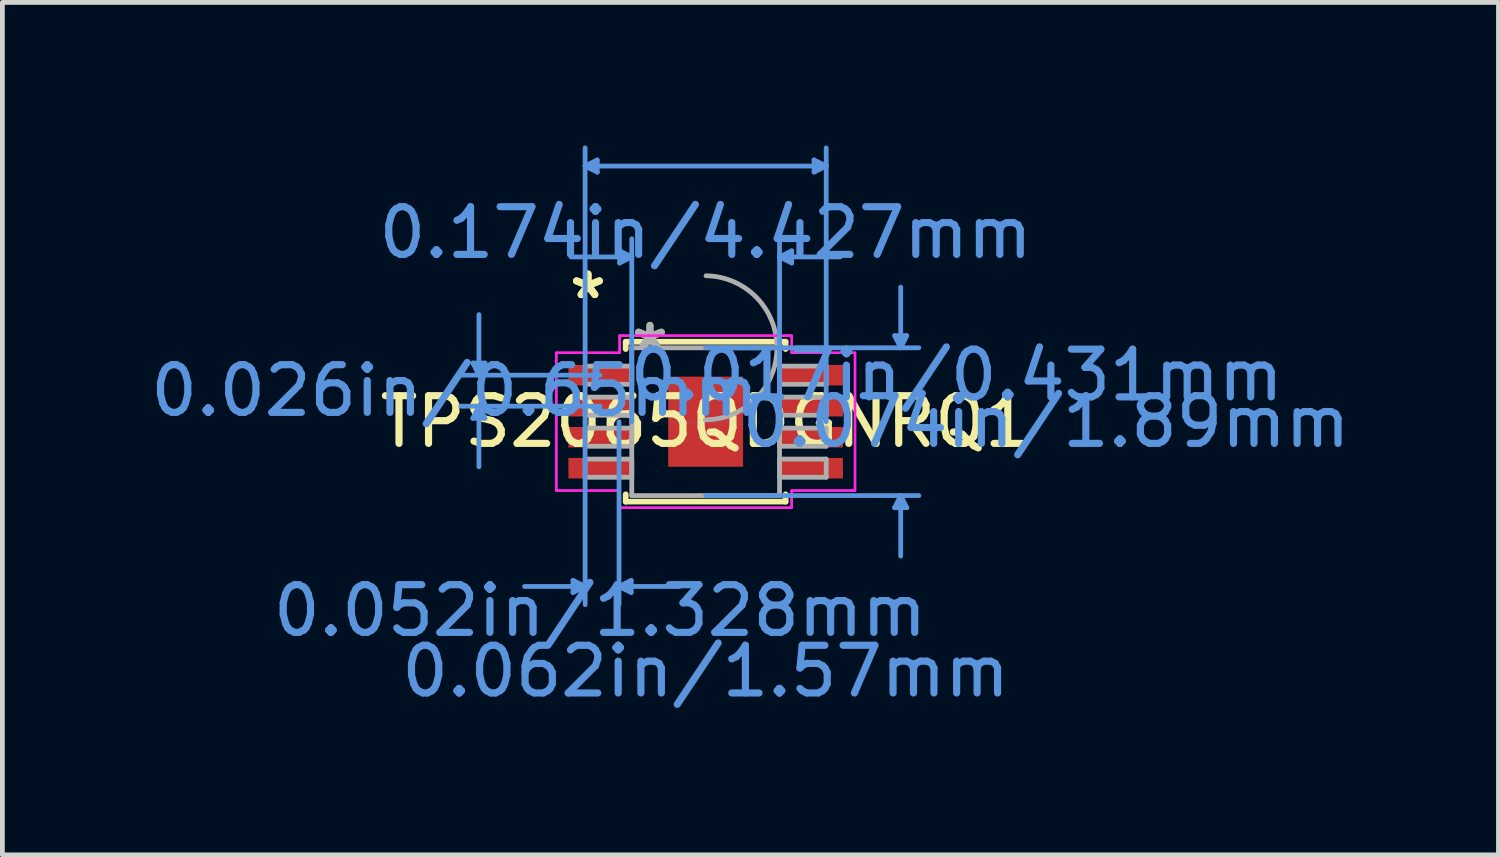
<source format=kicad_pcb>
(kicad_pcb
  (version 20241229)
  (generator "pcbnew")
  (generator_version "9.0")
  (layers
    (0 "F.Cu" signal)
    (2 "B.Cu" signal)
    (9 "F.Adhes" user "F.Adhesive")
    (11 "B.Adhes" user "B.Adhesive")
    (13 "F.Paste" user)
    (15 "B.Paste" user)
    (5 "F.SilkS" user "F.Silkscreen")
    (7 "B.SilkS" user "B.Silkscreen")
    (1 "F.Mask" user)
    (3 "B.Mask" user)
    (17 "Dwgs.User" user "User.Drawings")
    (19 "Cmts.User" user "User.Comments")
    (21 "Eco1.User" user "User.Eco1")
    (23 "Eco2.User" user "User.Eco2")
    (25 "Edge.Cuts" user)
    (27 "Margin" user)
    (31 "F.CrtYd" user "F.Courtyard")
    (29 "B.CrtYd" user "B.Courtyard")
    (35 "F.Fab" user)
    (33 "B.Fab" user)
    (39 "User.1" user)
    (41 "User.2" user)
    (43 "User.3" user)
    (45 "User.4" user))
  (footprint "TPS2065QDGNRQ1"
    (layer "F.Cu")
    (at 11.743 5.79)
    (property "Reference" "TPS2065QDGNRQ1" (at 0 0 0) (layer "F.SilkS") (effects (font (size 1 1) (thickness 0.15))))
    (attr through_hole)
    (fp_line (start -1.676 -1.676) (end -1.676 -1.523) (stroke (width 0.12) (type solid)) (layer "F.SilkS"))
    (fp_line (start -1.676 1.523) (end -1.676 1.676) (stroke (width 0.12) (type solid)) (layer "F.SilkS"))
    (fp_line (start -1.676 1.676) (end 1.676 1.676) (stroke (width 0.12) (type solid)) (layer "F.SilkS"))
    (fp_line (start 1.676 -1.676) (end -1.676 -1.676) (stroke (width 0.12) (type solid)) (layer "F.SilkS"))
    (fp_line (start 1.676 -1.523) (end 1.676 -1.676) (stroke (width 0.12) (type solid)) (layer "F.SilkS"))
    (fp_line (start 1.676 1.676) (end 1.676 1.523) (stroke (width 0.12) (type solid)) (layer "F.SilkS"))
    (fp_line (start -4.88 -1.229) (end -4.626 -1.229) (stroke (width 0.1) (type solid)) (layer "Cmts.User"))
    (fp_line (start -4.88 -0.071) (end -4.626 -0.071) (stroke (width 0.1) (type solid)) (layer "Cmts.User"))
    (fp_line (start -4.753 -0.975) (end -4.88 -1.229) (stroke (width 0.1) (type solid)) (layer "Cmts.User"))
    (fp_line (start -4.753 -0.975) (end -4.753 -2.245) (stroke (width 0.1) (type solid)) (layer "Cmts.User"))
    (fp_line (start -4.753 -0.975) (end -4.626 -1.229) (stroke (width 0.1) (type solid)) (layer "Cmts.User"))
    (fp_line (start -4.753 -0.325) (end -4.88 -0.071) (stroke (width 0.1) (type solid)) (layer "Cmts.User"))
    (fp_line (start -4.753 -0.325) (end -4.753 0.945) (stroke (width 0.1) (type solid)) (layer "Cmts.User"))
    (fp_line (start -4.753 -0.325) (end -4.626 -0.071) (stroke (width 0.1) (type solid)) (layer "Cmts.User"))
    (fp_line (start -2.781 3.327) (end -2.781 3.581) (stroke (width 0.1) (type solid)) (layer "Cmts.User"))
    (fp_line (start -2.527 -5.359) (end -2.273 -5.486) (stroke (width 0.1) (type solid)) (layer "Cmts.User"))
    (fp_line (start -2.527 -5.359) (end -2.273 -5.232) (stroke (width 0.1) (type solid)) (layer "Cmts.User"))
    (fp_line (start -2.527 -5.359) (end 2.527 -5.359) (stroke (width 0.1) (type solid)) (layer "Cmts.User"))
    (fp_line (start -2.527 0) (end -2.527 -5.74) (stroke (width 0.1) (type solid)) (layer "Cmts.User"))
    (fp_line (start -2.527 0) (end -2.527 3.835) (stroke (width 0.1) (type solid)) (layer "Cmts.User"))
    (fp_line (start -2.527 3.454) (end -3.797 3.454) (stroke (width 0.1) (type solid)) (layer "Cmts.User"))
    (fp_line (start -2.527 3.454) (end -2.781 3.327) (stroke (width 0.1) (type solid)) (layer "Cmts.User"))
    (fp_line (start -2.527 3.454) (end -2.781 3.581) (stroke (width 0.1) (type solid)) (layer "Cmts.User"))
    (fp_line (start -2.273 -5.486) (end -2.273 -5.232) (stroke (width 0.1) (type solid)) (layer "Cmts.User"))
    (fp_line (start -2.213 -0.975) (end -5.134 -0.975) (stroke (width 0.1) (type solid)) (layer "Cmts.User"))
    (fp_line (start -2.213 -0.325) (end -5.134 -0.325) (stroke (width 0.1) (type solid)) (layer "Cmts.User"))
    (fp_line (start -1.816 0) (end -1.816 3.835) (stroke (width 0.1) (type solid)) (layer "Cmts.User"))
    (fp_line (start -1.816 3.454) (end -1.562 3.327) (stroke (width 0.1) (type solid)) (layer "Cmts.User"))
    (fp_line (start -1.816 3.454) (end -1.562 3.581) (stroke (width 0.1) (type solid)) (layer "Cmts.User"))
    (fp_line (start -1.816 3.454) (end -0.546 3.454) (stroke (width 0.1) (type solid)) (layer "Cmts.User"))
    (fp_line (start -1.803 -3.581) (end -1.803 -3.327) (stroke (width 0.1) (type solid)) (layer "Cmts.User"))
    (fp_line (start -1.562 3.327) (end -1.562 3.581) (stroke (width 0.1) (type solid)) (layer "Cmts.User"))
    (fp_line (start -1.549 -3.454) (end -2.819 -3.454) (stroke (width 0.1) (type solid)) (layer "Cmts.User"))
    (fp_line (start -1.549 -3.454) (end -1.803 -3.581) (stroke (width 0.1) (type solid)) (layer "Cmts.User"))
    (fp_line (start -1.549 -3.454) (end -1.803 -3.327) (stroke (width 0.1) (type solid)) (layer "Cmts.User"))
    (fp_line (start -1.549 0) (end -1.549 -3.835) (stroke (width 0.1) (type solid)) (layer "Cmts.User"))
    (fp_line (start 0 -1.549) (end 4.47 -1.549) (stroke (width 0.1) (type solid)) (layer "Cmts.User"))
    (fp_line (start 0 1.549) (end 4.47 1.549) (stroke (width 0.1) (type solid)) (layer "Cmts.User"))
    (fp_line (start 1.549 -3.454) (end 1.803 -3.581) (stroke (width 0.1) (type solid)) (layer "Cmts.User"))
    (fp_line (start 1.549 -3.454) (end 1.803 -3.327) (stroke (width 0.1) (type solid)) (layer "Cmts.User"))
    (fp_line (start 1.549 -3.454) (end 2.819 -3.454) (stroke (width 0.1) (type solid)) (layer "Cmts.User"))
    (fp_line (start 1.549 0) (end 1.549 -3.835) (stroke (width 0.1) (type solid)) (layer "Cmts.User"))
    (fp_line (start 1.803 -3.581) (end 1.803 -3.327) (stroke (width 0.1) (type solid)) (layer "Cmts.User"))
    (fp_line (start 2.273 -5.486) (end 2.273 -5.232) (stroke (width 0.1) (type solid)) (layer "Cmts.User"))
    (fp_line (start 2.527 -5.359) (end 2.273 -5.486) (stroke (width 0.1) (type solid)) (layer "Cmts.User"))
    (fp_line (start 2.527 -5.359) (end 2.273 -5.232) (stroke (width 0.1) (type solid)) (layer "Cmts.User"))
    (fp_line (start 2.527 0) (end 2.527 -5.74) (stroke (width 0.1) (type solid)) (layer "Cmts.User"))
    (fp_line (start 3.962 -1.803) (end 4.216 -1.803) (stroke (width 0.1) (type solid)) (layer "Cmts.User"))
    (fp_line (start 3.962 1.803) (end 4.216 1.803) (stroke (width 0.1) (type solid)) (layer "Cmts.User"))
    (fp_line (start 4.089 -1.549) (end 3.962 -1.803) (stroke (width 0.1) (type solid)) (layer "Cmts.User"))
    (fp_line (start 4.089 -1.549) (end 4.089 -2.819) (stroke (width 0.1) (type solid)) (layer "Cmts.User"))
    (fp_line (start 4.089 -1.549) (end 4.216 -1.803) (stroke (width 0.1) (type solid)) (layer "Cmts.User"))
    (fp_line (start 4.089 1.549) (end 3.962 1.803) (stroke (width 0.1) (type solid)) (layer "Cmts.User"))
    (fp_line (start 4.089 1.549) (end 4.089 2.819) (stroke (width 0.1) (type solid)) (layer "Cmts.User"))
    (fp_line (start 4.089 1.549) (end 4.216 1.803) (stroke (width 0.1) (type solid)) (layer "Cmts.User"))
    (fp_line (start -3.131 -1.444) (end -1.803 -1.444) (stroke (width 0.05) (type solid)) (layer "F.CrtYd"))
    (fp_line (start -3.131 -1.444) (end -1.803 -1.444) (stroke (width 0.05) (type solid)) (layer "F.CrtYd"))
    (fp_line (start -3.131 1.444) (end -3.131 -1.444) (stroke (width 0.05) (type solid)) (layer "F.CrtYd"))
    (fp_line (start -3.131 1.444) (end -3.131 -1.444) (stroke (width 0.05) (type solid)) (layer "F.CrtYd"))
    (fp_line (start -3.131 1.444) (end -1.803 1.444) (stroke (width 0.05) (type solid)) (layer "F.CrtYd"))
    (fp_line (start -1.803 -1.803) (end 1.803 -1.803) (stroke (width 0.05) (type solid)) (layer "F.CrtYd"))
    (fp_line (start -1.803 -1.803) (end 1.803 -1.803) (stroke (width 0.05) (type solid)) (layer "F.CrtYd"))
    (fp_line (start -1.803 -1.444) (end -1.803 -1.803) (stroke (width 0.05) (type solid)) (layer "F.CrtYd"))
    (fp_line (start -1.803 -1.444) (end -1.803 -1.803) (stroke (width 0.05) (type solid)) (layer "F.CrtYd"))
    (fp_line (start -1.803 1.444) (end -3.131 1.444) (stroke (width 0.05) (type solid)) (layer "F.CrtYd"))
    (fp_line (start -1.803 1.803) (end -1.803 1.444) (stroke (width 0.05) (type solid)) (layer "F.CrtYd"))
    (fp_line (start -1.803 1.803) (end -1.803 1.444) (stroke (width 0.05) (type solid)) (layer "F.CrtYd"))
    (fp_line (start 1.803 -1.803) (end 1.803 -1.444) (stroke (width 0.05) (type solid)) (layer "F.CrtYd"))
    (fp_line (start 1.803 -1.803) (end 1.803 -1.444) (stroke (width 0.05) (type solid)) (layer "F.CrtYd"))
    (fp_line (start 1.803 -1.444) (end 3.131 -1.444) (stroke (width 0.05) (type solid)) (layer "F.CrtYd"))
    (fp_line (start 1.803 1.444) (end 1.803 1.803) (stroke (width 0.05) (type solid)) (layer "F.CrtYd"))
    (fp_line (start 1.803 1.444) (end 1.803 1.803) (stroke (width 0.05) (type solid)) (layer "F.CrtYd"))
    (fp_line (start 1.803 1.803) (end -1.803 1.803) (stroke (width 0.05) (type solid)) (layer "F.CrtYd"))
    (fp_line (start 1.803 1.803) (end -1.803 1.803) (stroke (width 0.05) (type solid)) (layer "F.CrtYd"))
    (fp_line (start 3.131 -1.444) (end 1.803 -1.444) (stroke (width 0.05) (type solid)) (layer "F.CrtYd"))
    (fp_line (start 3.131 -1.444) (end 3.131 1.444) (stroke (width 0.05) (type solid)) (layer "F.CrtYd"))
    (fp_line (start 3.131 -1.444) (end 3.131 1.444) (stroke (width 0.05) (type solid)) (layer "F.CrtYd"))
    (fp_line (start 3.131 1.444) (end 1.803 1.444) (stroke (width 0.05) (type solid)) (layer "F.CrtYd"))
    (fp_line (start 3.131 1.444) (end 1.803 1.444) (stroke (width 0.05) (type solid)) (layer "F.CrtYd"))
    (fp_line (start -2.527 -1.165) (end -2.527 -0.784) (stroke (width 0.1) (type solid)) (layer "F.Fab"))
    (fp_line (start -2.527 -0.784) (end -1.549 -0.784) (stroke (width 0.1) (type solid)) (layer "F.Fab"))
    (fp_line (start -2.527 -0.515) (end -2.527 -0.135) (stroke (width 0.1) (type solid)) (layer "F.Fab"))
    (fp_line (start -2.527 -0.135) (end -1.549 -0.135) (stroke (width 0.1) (type solid)) (layer "F.Fab"))
    (fp_line (start -2.527 0.135) (end -2.527 0.515) (stroke (width 0.1) (type solid)) (layer "F.Fab"))
    (fp_line (start -2.527 0.515) (end -1.549 0.515) (stroke (width 0.1) (type solid)) (layer "F.Fab"))
    (fp_line (start -2.527 0.784) (end -2.527 1.165) (stroke (width 0.1) (type solid)) (layer "F.Fab"))
    (fp_line (start -2.527 1.165) (end -1.549 1.165) (stroke (width 0.1) (type solid)) (layer "F.Fab"))
    (fp_line (start -1.549 -1.549) (end -1.549 1.549) (stroke (width 0.1) (type solid)) (layer "F.Fab"))
    (fp_line (start -1.549 -1.165) (end -2.527 -1.165) (stroke (width 0.1) (type solid)) (layer "F.Fab"))
    (fp_line (start -1.549 -0.784) (end -1.549 -1.165) (stroke (width 0.1) (type solid)) (layer "F.Fab"))
    (fp_line (start -1.549 -0.515) (end -2.527 -0.515) (stroke (width 0.1) (type solid)) (layer "F.Fab"))
    (fp_line (start -1.549 -0.135) (end -1.549 -0.515) (stroke (width 0.1) (type solid)) (layer "F.Fab"))
    (fp_line (start -1.549 0.135) (end -2.527 0.135) (stroke (width 0.1) (type solid)) (layer "F.Fab"))
    (fp_line (start -1.549 0.515) (end -1.549 0.135) (stroke (width 0.1) (type solid)) (layer "F.Fab"))
    (fp_line (start -1.549 0.784) (end -2.527 0.784) (stroke (width 0.1) (type solid)) (layer "F.Fab"))
    (fp_line (start -1.549 1.165) (end -1.549 0.784) (stroke (width 0.1) (type solid)) (layer "F.Fab"))
    (fp_line (start -1.549 1.549) (end 1.549 1.549) (stroke (width 0.1) (type solid)) (layer "F.Fab"))
    (fp_line (start 1.549 -1.549) (end -1.549 -1.549) (stroke (width 0.1) (type solid)) (layer "F.Fab"))
    (fp_line (start 1.549 -1.165) (end 1.549 -0.784) (stroke (width 0.1) (type solid)) (layer "F.Fab"))
    (fp_line (start 1.549 -0.784) (end 2.527 -0.784) (stroke (width 0.1) (type solid)) (layer "F.Fab"))
    (fp_line (start 1.549 -0.515) (end 1.549 -0.135) (stroke (width 0.1) (type solid)) (layer "F.Fab"))
    (fp_line (start 1.549 -0.135) (end 2.527 -0.135) (stroke (width 0.1) (type solid)) (layer "F.Fab"))
    (fp_line (start 1.549 0.135) (end 1.549 0.515) (stroke (width 0.1) (type solid)) (layer "F.Fab"))
    (fp_line (start 1.549 0.515) (end 2.527 0.515) (stroke (width 0.1) (type solid)) (layer "F.Fab"))
    (fp_line (start 1.549 0.784) (end 1.549 1.165) (stroke (width 0.1) (type solid)) (layer "F.Fab"))
    (fp_line (start 1.549 1.165) (end 2.527 1.165) (stroke (width 0.1) (type solid)) (layer "F.Fab"))
    (fp_line (start 1.549 1.549) (end 1.549 -1.549) (stroke (width 0.1) (type solid)) (layer "F.Fab"))
    (fp_line (start 2.527 -1.165) (end 1.549 -1.165) (stroke (width 0.1) (type solid)) (layer "F.Fab"))
    (fp_line (start 2.527 -0.784) (end 2.527 -1.165) (stroke (width 0.1) (type solid)) (layer "F.Fab"))
    (fp_line (start 2.527 -0.515) (end 1.549 -0.515) (stroke (width 0.1) (type solid)) (layer "F.Fab"))
    (fp_line (start 2.527 -0.135) (end 2.527 -0.515) (stroke (width 0.1) (type solid)) (layer "F.Fab"))
    (fp_line (start 2.527 0.135) (end 1.549 0.135) (stroke (width 0.1) (type solid)) (layer "F.Fab"))
    (fp_line (start 2.527 0.515) (end 2.527 0.135) (stroke (width 0.1) (type solid)) (layer "F.Fab"))
    (fp_line (start 2.527 0.784) (end 1.549 0.784) (stroke (width 0.1) (type solid)) (layer "F.Fab"))
    (fp_line (start 2.527 1.165) (end 2.527 0.784) (stroke (width 0.1) (type solid)) (layer "F.Fab"))
    (fp_arc (start 0.007742 -3.059445) (mid 1.510045 -1.541658) (end -0.007742 -0.039355) (stroke (width 0.1) (type solid)) (layer "F.Fab"))
    (fp_text user "*" (at -2.467 -2.549 0) (layer "F.SilkS") (effects (font (size 1 1) (thickness 0.15))))
    (fp_text user "*" (at -2.467 -2.549 0) (layer "F.SilkS") (effects (font (size 1 1) (thickness 0.15))))
    (fp_text user "0.026in/0.65mm" (at -5.261 -0.65 0) (layer "Cmts.User") (effects (font (size 1 1) (thickness 0.15))))
    (fp_text user "Copyright 2021 Accelerated Designs. All rights reserved." (at 0 0 0) (layer "Cmts.User") (effects (font (size 0.127 0.127) (thickness 0.002))))
    (fp_text user "0.017in/0.431mm" (at 5.261 -0.975 0) (layer "Cmts.User") (effects (font (size 1 1) (thickness 0.15))))
    (fp_text user "0.174in/4.427mm" (at 0 -3.962 0) (layer "Cmts.User") (effects (font (size 1 1) (thickness 0.15))))
    (fp_text user "0.052in/1.328mm" (at -2.213 3.962 0) (layer "Cmts.User") (effects (font (size 1 1) (thickness 0.15))))
    (fp_text user "0.062in/1.57mm" (at 0 5.232 0) (layer "Cmts.User") (effects (font (size 1 1) (thickness 0.15))))
    (fp_text user "0.074in/1.89mm" (at 7.137 0 0) (layer "Cmts.User") (effects (font (size 1 1) (thickness 0.15))))
    (fp_text user "*" (at -1.168 -1.473 0) (layer "F.Fab") (effects (font (size 1 1) (thickness 0.15))))
    (fp_text user "*" (at -1.168 -1.473 0) (layer "F.Fab") (effects (font (size 1 1) (thickness 0.15))))
    (pad "1" smd rect (at -2.213 -0.975) (size 1.328 0.431) (layers "F.Cu" "F.Mask" "F.Paste"))
    (pad "2" smd rect (at -2.213 -0.325) (size 1.328 0.431) (layers "F.Cu" "F.Mask" "F.Paste"))
    (pad "3" smd rect (at -2.213 0.325) (size 1.328 0.431) (layers "F.Cu" "F.Mask" "F.Paste"))
    (pad "4" smd rect (at -2.213 0.975) (size 1.328 0.431) (layers "F.Cu" "F.Mask" "F.Paste"))
    (pad "5" smd rect (at 2.213 0.975) (size 1.328 0.431) (layers "F.Cu" "F.Mask" "F.Paste"))
    (pad "6" smd rect (at 2.213 0.325) (size 1.328 0.431) (layers "F.Cu" "F.Mask" "F.Paste"))
    (pad "7" smd rect (at 2.213 -0.325) (size 1.328 0.431) (layers "F.Cu" "F.Mask" "F.Paste"))
    (pad "8" smd rect (at 2.213 -0.975) (size 1.328 0.431) (layers "F.Cu" "F.Mask" "F.Paste"))
    (pad "EPAD" smd rect (at 0 0) (size 1.57 1.89) (layers "F.Cu" "F.Mask" "F.Paste")))
  (gr_rect
    (start -3 -3)
    (end 28.363 14.871)
    (stroke (width 0.1) (type default))
    (fill no)
    (layer "Edge.Cuts")))
</source>
